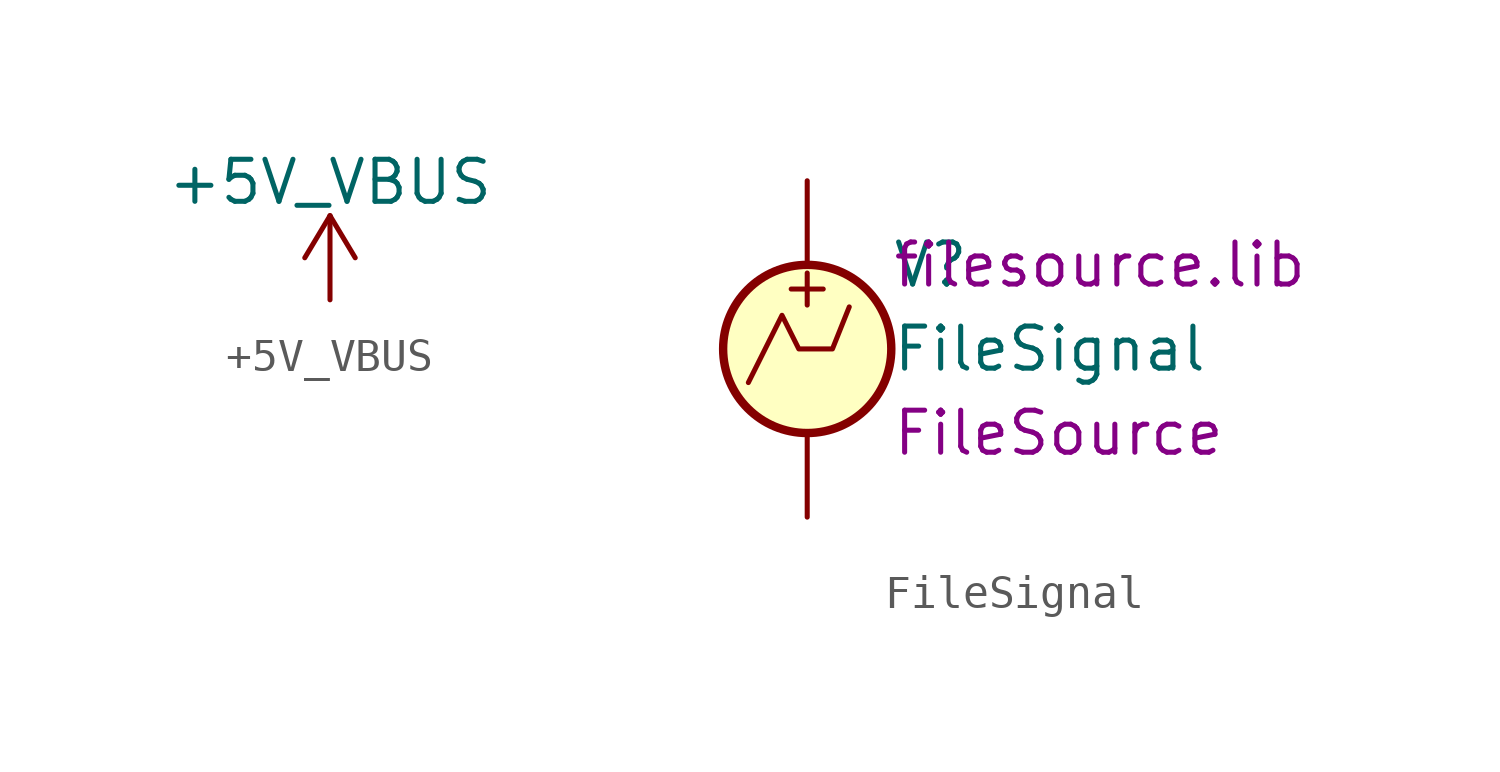
<source format=kicad_sym>
(kicad_symbol_lib
  (version 20220331)
  (generator kicad_symbol_editor)
  (symbol "+5V_VBUS"
    (power)
    (pin_names
      (offset 0))
    (property "Reference" "#PWR"
      (at 0 -3.81 0)
      (effects (font (size 1.27 1.27)) hide))
    (property "Value" "+5V_VBUS"
      (at 0 3.556 0)
      (effects (font (size 1.27 1.27))))
    (symbol "+5V_VBUS_0_1"
      (polyline (pts (xy -0.762 1.27) (xy 0 2.54)) (stroke (width 0) (type default)) (fill (type none)))
      (polyline (pts (xy 0 0) (xy 0 2.54)) (stroke (width 0) (type default)) (fill (type none)))
      (polyline (pts (xy 0 2.54) (xy 0.762 1.27)) (stroke (width 0) (type default)) (fill (type none))))
    (symbol "+5V_VBUS_1_1"
      (pin power_in line (at 0 0 90) (length 0) hide (name "+5V_VBUS" (effects (font (size 1.27 1.27)))) (number "1" (effects (font (size 1.27 1.27)))))))
  (symbol "FileSignal"
    (pin_numbers hide)
    (pin_names
      (offset 0.025))
    (property "Reference" "V"
      (at 2.54 2.54 0)
      (effects (font (size 1.27 1.27)) (justify left)))
    (property "Value" "FileSignal"
      (at 2.54 0 0)
      (effects (font (size 1.27 1.27)) (justify left)))
    (property "Spice_Model" "FileSource"
      (at 2.54 -2.54 0)
      (effects (font (size 1.27 1.27)) (justify left)))
    (property "Spice_Lib_File" "filesource.lib"
      (at 2.54 2.54 0)
      (effects (font (size 1.27 1.27)) (justify left)))
    (symbol "FileSignal_0_0"
      (polyline (pts (xy -1.778 -1.016) (xy -0.762 1.016) (xy -0.254 0) (xy 0.762 0) (xy 1.27 1.27)) (stroke (width 0) (type default)) (fill (type none)))
      (text "+" (at 0 1.905 0) (effects (font (size 1.27 1.27)))))
    (symbol "FileSignal_0_1"
      (circle (center 0 0) (radius 2.54) (stroke (width 0.254) (type default)) (fill (type background))))
    (symbol "FileSignal_1_1"
      (pin passive line (at 0 5.08 270) (length 2.54) (name "~" (effects (font (size 1.27 1.27)))) (number "1" (effects (font (size 1.27 1.27)))))
      (pin passive line (at 0 -5.08 90) (length 2.54) (name "~" (effects (font (size 1.27 1.27)))) (number "2" (effects (font (size 1.27 1.27))))))))
</source>
